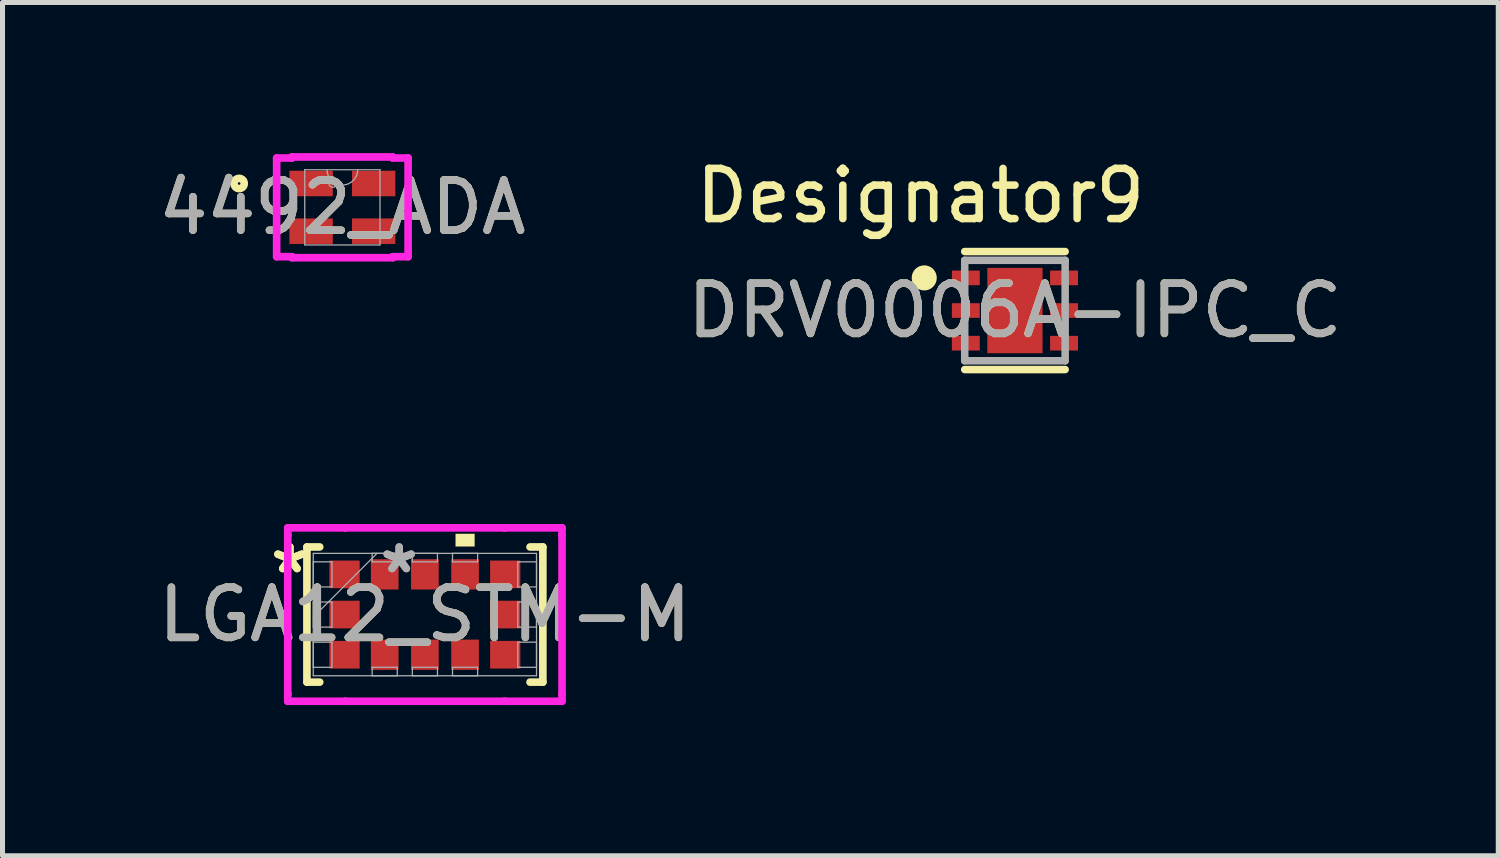
<source format=kicad_pcb>
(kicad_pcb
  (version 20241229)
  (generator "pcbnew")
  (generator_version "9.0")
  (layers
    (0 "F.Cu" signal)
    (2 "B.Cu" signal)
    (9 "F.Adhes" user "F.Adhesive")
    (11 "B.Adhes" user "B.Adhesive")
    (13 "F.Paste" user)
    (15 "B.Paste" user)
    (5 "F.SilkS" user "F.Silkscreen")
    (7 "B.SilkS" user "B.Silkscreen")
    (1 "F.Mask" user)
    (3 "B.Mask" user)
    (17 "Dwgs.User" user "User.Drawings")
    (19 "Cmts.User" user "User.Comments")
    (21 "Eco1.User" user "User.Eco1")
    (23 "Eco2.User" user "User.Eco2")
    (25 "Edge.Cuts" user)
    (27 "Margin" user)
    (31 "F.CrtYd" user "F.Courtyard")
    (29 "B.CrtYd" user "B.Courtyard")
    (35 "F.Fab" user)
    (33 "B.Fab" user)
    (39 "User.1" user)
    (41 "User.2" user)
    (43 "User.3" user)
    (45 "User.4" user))
  (footprint "4492_ADA"
    (layer "F.Cu")
    (at 3.768 1.079)
    (property "Reference" "4492_ADA" (at 0 0 0) (unlocked yes) (layer "F.SilkS") (effects (font (size 1 1) (thickness 0.15))))
    (attr smd)
    (fp_circle (center -2.056 -0.475) (end -1.954 -0.475) (stroke (width 0.152) (type solid)) (fill no) (layer "F.SilkS"))
    (fp_line (start -1.309 -0.983) (end -1.003 -0.983) (stroke (width 0.152) (type solid)) (layer "F.CrtYd"))
    (fp_line (start -1.309 0.983) (end -1.309 -0.983) (stroke (width 0.152) (type solid)) (layer "F.CrtYd"))
    (fp_line (start -1.309 0.983) (end -1.003 0.983) (stroke (width 0.152) (type solid)) (layer "F.CrtYd"))
    (fp_line (start -1.003 -1.003) (end 1.003 -1.003) (stroke (width 0.152) (type solid)) (layer "F.CrtYd"))
    (fp_line (start -1.003 -0.983) (end -1.003 -1.003) (stroke (width 0.152) (type solid)) (layer "F.CrtYd"))
    (fp_line (start -1.003 1.003) (end -1.003 0.983) (stroke (width 0.152) (type solid)) (layer "F.CrtYd"))
    (fp_line (start 1.003 -1.003) (end 1.003 -0.983) (stroke (width 0.152) (type solid)) (layer "F.CrtYd"))
    (fp_line (start 1.003 0.983) (end 1.003 1.003) (stroke (width 0.152) (type solid)) (layer "F.CrtYd"))
    (fp_line (start 1.003 1.003) (end -1.003 1.003) (stroke (width 0.152) (type solid)) (layer "F.CrtYd"))
    (fp_line (start 1.309 -0.983) (end 1.003 -0.983) (stroke (width 0.152) (type solid)) (layer "F.CrtYd"))
    (fp_line (start 1.309 -0.983) (end 1.309 0.983) (stroke (width 0.152) (type solid)) (layer "F.CrtYd"))
    (fp_line (start 1.309 0.983) (end 1.003 0.983) (stroke (width 0.152) (type solid)) (layer "F.CrtYd"))
    (fp_line (start -0.749 -0.749) (end -0.749 0.749) (stroke (width 0.025) (type solid)) (layer "F.Fab"))
    (fp_line (start -0.749 0.749) (end 0.749 0.749) (stroke (width 0.025) (type solid)) (layer "F.Fab"))
    (fp_line (start 0.749 -0.749) (end -0.749 -0.749) (stroke (width 0.025) (type solid)) (layer "F.Fab"))
    (fp_line (start 0.749 0.749) (end 0.749 -0.749) (stroke (width 0.025) (type solid)) (layer "F.Fab"))
    (fp_arc (start 0.3048 -0.7493) (mid 0 -0.4445) (end -0.3048 -0.7493) (stroke (width 0.0254) (type solid)) (layer "F.Fab"))
    (fp_circle (center -0.191 -0.475) (end -0.115 -0.475) (stroke (width 0.025) (type solid)) (fill no) (layer "F.Fab"))
    (fp_text user "${REFERENCE}" (at 0 0 0) (unlocked yes) (layer "F.Fab") (effects (font (size 1 1) (thickness 0.15))))
    (pad "1" smd rect (at -0.623 -0.475) (size 0.864 0.508) (layers "F.Cu" "F.Mask" "F.Paste"))
    (pad "2" smd rect (at -0.623 0.475) (size 0.864 0.508) (layers "F.Cu" "F.Mask" "F.Paste"))
    (pad "3" smd rect (at 0.623 0.475) (size 0.864 0.508) (layers "F.Cu" "F.Mask" "F.Paste"))
    (pad "4" smd rect (at 0.623 -0.475) (size 0.864 0.508) (layers "F.Cu" "F.Mask" "F.Paste")))
  (footprint "DRV0006A-IPC_C"
    (layer "F.Cu")
    (at 17.161 3.134)
    (property "Reference" "DRV0006A-IPC_C" (at 0 0 0) (unlocked yes) (layer "F.SilkS") (effects (font (size 1 1) (thickness 0.15))))
    (attr smd)
    (fp_line (start -1 -1.175) (end 1 -1.175) (stroke (width 0.15) (type solid)) (layer "F.SilkS"))
    (fp_line (start -1 1.175) (end 1 1.175) (stroke (width 0.15) (type solid)) (layer "F.SilkS"))
    (fp_circle (center -1.806 -0.65) (end -1.681 -0.65) (stroke (width 0.25) (type solid)) (fill no) (layer "F.SilkS"))
    (fp_poly (pts (xy -0.308 0.608) (xy 0.308 0.608) (xy 0.308 -0.608) (xy -0.308 -0.608)) (stroke (width 0) (type solid)) (fill yes) (layer "F.Paste"))
    (fp_line (start -1 -1) (end 1 -1) (stroke (width 0.15) (type solid)) (layer "F.Fab"))
    (fp_line (start -1 1) (end -1 -1) (stroke (width 0.15) (type solid)) (layer "F.Fab"))
    (fp_line (start -1 1) (end 1 1) (stroke (width 0.15) (type solid)) (layer "F.Fab"))
    (fp_line (start 1 1) (end 1 -1) (stroke (width 0.15) (type solid)) (layer "F.Fab"))
    (fp_text user "Designator9" (at -1.88 -2.286 0) (unlocked yes) (layer "F.SilkS") (effects (font (size 1 1) (thickness 0.15))))
    (fp_text user "${REFERENCE}" (at 0 0 0) (unlocked yes) (layer "F.Fab") (effects (font (size 1 1) (thickness 0.15))))
    (pad "1" smd rect (at -0.978 -0.65) (size 0.556 0.292) (layers "F.Cu" "F.Mask" "F.Paste"))
    (pad "2" smd rect (at -0.978 0) (size 0.556 0.292) (layers "F.Cu" "F.Mask" "F.Paste"))
    (pad "3" smd rect (at -0.978 0.65) (size 0.556 0.292) (layers "F.Cu" "F.Mask" "F.Paste"))
    (pad "4" smd rect (at 0.978 0.65) (size 0.556 0.292) (layers "F.Cu" "F.Mask" "F.Paste"))
    (pad "5" smd rect (at 0.978 0) (size 0.556 0.292) (layers "F.Cu" "F.Mask" "F.Paste"))
    (pad "6" smd rect (at 0.978 -0.65) (size 0.556 0.292) (layers "F.Cu" "F.Mask" "F.Paste"))
    (pad "7" smd rect (at 0 0) (size 1.1 1.7) (layers "F.Cu" "F.Mask")))
  (footprint "LGA12_STM-M"
    (layer "F.Cu")
    (at 5.411 9.188)
    (property "Reference" "LGA12_STM-M" (at 0 0 0) (unlocked yes) (layer "F.SilkS") (effects (font (size 1 1) (thickness 0.15))))
    (attr smd)
    (fp_line (start -2.349 -1.346) (end -2.349 1.346) (stroke (width 0.152) (type solid)) (layer "F.SilkS"))
    (fp_line (start -2.349 1.346) (end -2.094 1.346) (stroke (width 0.152) (type solid)) (layer "F.SilkS"))
    (fp_line (start -2.094 -1.346) (end -2.349 -1.346) (stroke (width 0.152) (type solid)) (layer "F.SilkS"))
    (fp_line (start 2.094 1.346) (end 2.349 1.346) (stroke (width 0.152) (type solid)) (layer "F.SilkS"))
    (fp_line (start 2.349 -1.346) (end 2.094 -1.346) (stroke (width 0.152) (type solid)) (layer "F.SilkS"))
    (fp_line (start 2.349 1.346) (end 2.349 -1.346) (stroke (width 0.152) (type solid)) (layer "F.SilkS"))
    (fp_poly (pts (xy 0.61 -1.355) (xy 0.61 -1.609) (xy 0.991 -1.609) (xy 0.991 -1.355)) (stroke (width 0) (type solid)) (fill yes) (layer "F.SilkS"))
    (fp_line (start -2.731 -1.727) (end -1.583 -1.727) (stroke (width 0.152) (type solid)) (layer "F.CrtYd"))
    (fp_line (start -2.731 -1.583) (end -2.731 -1.727) (stroke (width 0.152) (type solid)) (layer "F.CrtYd"))
    (fp_line (start -2.731 -1.583) (end -2.731 -1.583) (stroke (width 0.152) (type solid)) (layer "F.CrtYd"))
    (fp_line (start -2.731 1.583) (end -2.731 -1.583) (stroke (width 0.152) (type solid)) (layer "F.CrtYd"))
    (fp_line (start -2.731 1.583) (end -2.731 1.583) (stroke (width 0.152) (type solid)) (layer "F.CrtYd"))
    (fp_line (start -2.731 1.727) (end -2.731 1.583) (stroke (width 0.152) (type solid)) (layer "F.CrtYd"))
    (fp_line (start -1.583 -1.727) (end -1.583 -1.727) (stroke (width 0.152) (type solid)) (layer "F.CrtYd"))
    (fp_line (start -1.583 -1.727) (end 1.583 -1.727) (stroke (width 0.152) (type solid)) (layer "F.CrtYd"))
    (fp_line (start -1.583 1.727) (end -2.731 1.727) (stroke (width 0.152) (type solid)) (layer "F.CrtYd"))
    (fp_line (start -1.583 1.727) (end -1.583 1.727) (stroke (width 0.152) (type solid)) (layer "F.CrtYd"))
    (fp_line (start 1.583 -1.727) (end 1.583 -1.727) (stroke (width 0.152) (type solid)) (layer "F.CrtYd"))
    (fp_line (start 1.583 -1.727) (end 2.731 -1.727) (stroke (width 0.152) (type solid)) (layer "F.CrtYd"))
    (fp_line (start 1.583 1.727) (end -1.583 1.727) (stroke (width 0.152) (type solid)) (layer "F.CrtYd"))
    (fp_line (start 1.583 1.727) (end 1.583 1.727) (stroke (width 0.152) (type solid)) (layer "F.CrtYd"))
    (fp_line (start 2.731 -1.727) (end 2.731 -1.583) (stroke (width 0.152) (type solid)) (layer "F.CrtYd"))
    (fp_line (start 2.731 -1.583) (end 2.731 -1.583) (stroke (width 0.152) (type solid)) (layer "F.CrtYd"))
    (fp_line (start 2.731 -1.583) (end 2.731 1.583) (stroke (width 0.152) (type solid)) (layer "F.CrtYd"))
    (fp_line (start 2.731 1.583) (end 2.731 1.583) (stroke (width 0.152) (type solid)) (layer "F.CrtYd"))
    (fp_line (start 2.731 1.583) (end 2.731 1.727) (stroke (width 0.152) (type solid)) (layer "F.CrtYd"))
    (fp_line (start 2.731 1.727) (end 1.583 1.727) (stroke (width 0.152) (type solid)) (layer "F.CrtYd"))
    (fp_line (start -2.223 -1.219) (end -2.223 1.219) (stroke (width 0.025) (type solid)) (layer "F.Fab"))
    (fp_line (start -2.223 -1.05) (end -1.85 -1.05) (stroke (width 0.025) (type solid)) (layer "F.Fab"))
    (fp_line (start -2.223 -0.55) (end -2.223 -1.05) (stroke (width 0.025) (type solid)) (layer "F.Fab"))
    (fp_line (start -2.223 -0.25) (end -1.85 -0.25) (stroke (width 0.025) (type solid)) (layer "F.Fab"))
    (fp_line (start -2.223 0.051) (end -0.953 -1.219) (stroke (width 0.025) (type solid)) (layer "F.Fab"))
    (fp_line (start -2.223 0.25) (end -2.223 -0.25) (stroke (width 0.025) (type solid)) (layer "F.Fab"))
    (fp_line (start -2.223 0.55) (end -1.85 0.55) (stroke (width 0.025) (type solid)) (layer "F.Fab"))
    (fp_line (start -2.223 1.05) (end -2.223 0.55) (stroke (width 0.025) (type solid)) (layer "F.Fab"))
    (fp_line (start -2.223 1.219) (end 2.223 1.219) (stroke (width 0.025) (type solid)) (layer "F.Fab"))
    (fp_line (start -1.85 -1.05) (end -1.85 -0.55) (stroke (width 0.025) (type solid)) (layer "F.Fab"))
    (fp_line (start -1.85 -0.55) (end -2.223 -0.55) (stroke (width 0.025) (type solid)) (layer "F.Fab"))
    (fp_line (start -1.85 -0.25) (end -1.85 0.25) (stroke (width 0.025) (type solid)) (layer "F.Fab"))
    (fp_line (start -1.85 0.25) (end -2.223 0.25) (stroke (width 0.025) (type solid)) (layer "F.Fab"))
    (fp_line (start -1.85 0.55) (end -1.85 1.05) (stroke (width 0.025) (type solid)) (layer "F.Fab"))
    (fp_line (start -1.85 1.05) (end -2.223 1.05) (stroke (width 0.025) (type solid)) (layer "F.Fab"))
    (fp_line (start -1.05 -1.219) (end -0.55 -1.219) (stroke (width 0.025) (type solid)) (layer "F.Fab"))
    (fp_line (start -1.05 -1.05) (end -1.05 -1.219) (stroke (width 0.025) (type solid)) (layer "F.Fab"))
    (fp_line (start -1.05 1.05) (end -0.55 1.05) (stroke (width 0.025) (type solid)) (layer "F.Fab"))
    (fp_line (start -1.05 1.219) (end -1.05 1.05) (stroke (width 0.025) (type solid)) (layer "F.Fab"))
    (fp_line (start -0.55 -1.219) (end -0.55 -1.05) (stroke (width 0.025) (type solid)) (layer "F.Fab"))
    (fp_line (start -0.55 -1.05) (end -1.05 -1.05) (stroke (width 0.025) (type solid)) (layer "F.Fab"))
    (fp_line (start -0.55 1.05) (end -0.55 1.219) (stroke (width 0.025) (type solid)) (layer "F.Fab"))
    (fp_line (start -0.55 1.219) (end -1.05 1.219) (stroke (width 0.025) (type solid)) (layer "F.Fab"))
    (fp_line (start -0.25 -1.219) (end 0.25 -1.219) (stroke (width 0.025) (type solid)) (layer "F.Fab"))
    (fp_line (start -0.25 -1.05) (end -0.25 -1.219) (stroke (width 0.025) (type solid)) (layer "F.Fab"))
    (fp_line (start -0.25 1.05) (end 0.25 1.05) (stroke (width 0.025) (type solid)) (layer "F.Fab"))
    (fp_line (start -0.25 1.219) (end -0.25 1.05) (stroke (width 0.025) (type solid)) (layer "F.Fab"))
    (fp_line (start 0.25 -1.219) (end 0.25 -1.05) (stroke (width 0.025) (type solid)) (layer "F.Fab"))
    (fp_line (start 0.25 -1.05) (end -0.25 -1.05) (stroke (width 0.025) (type solid)) (layer "F.Fab"))
    (fp_line (start 0.25 1.05) (end 0.25 1.219) (stroke (width 0.025) (type solid)) (layer "F.Fab"))
    (fp_line (start 0.25 1.219) (end -0.25 1.219) (stroke (width 0.025) (type solid)) (layer "F.Fab"))
    (fp_line (start 0.55 -1.219) (end 1.05 -1.219) (stroke (width 0.025) (type solid)) (layer "F.Fab"))
    (fp_line (start 0.55 -1.05) (end 0.55 -1.219) (stroke (width 0.025) (type solid)) (layer "F.Fab"))
    (fp_line (start 0.55 1.05) (end 1.05 1.05) (stroke (width 0.025) (type solid)) (layer "F.Fab"))
    (fp_line (start 0.55 1.219) (end 0.55 1.05) (stroke (width 0.025) (type solid)) (layer "F.Fab"))
    (fp_line (start 1.05 -1.219) (end 1.05 -1.05) (stroke (width 0.025) (type solid)) (layer "F.Fab"))
    (fp_line (start 1.05 -1.05) (end 0.55 -1.05) (stroke (width 0.025) (type solid)) (layer "F.Fab"))
    (fp_line (start 1.05 1.05) (end 1.05 1.219) (stroke (width 0.025) (type solid)) (layer "F.Fab"))
    (fp_line (start 1.05 1.219) (end 0.55 1.219) (stroke (width 0.025) (type solid)) (layer "F.Fab"))
    (fp_line (start 1.85 -1.05) (end 2.223 -1.05) (stroke (width 0.025) (type solid)) (layer "F.Fab"))
    (fp_line (start 1.85 -0.55) (end 1.85 -1.05) (stroke (width 0.025) (type solid)) (layer "F.Fab"))
    (fp_line (start 1.85 -0.25) (end 2.223 -0.25) (stroke (width 0.025) (type solid)) (layer "F.Fab"))
    (fp_line (start 1.85 0.25) (end 1.85 -0.25) (stroke (width 0.025) (type solid)) (layer "F.Fab"))
    (fp_line (start 1.85 0.55) (end 2.223 0.55) (stroke (width 0.025) (type solid)) (layer "F.Fab"))
    (fp_line (start 1.85 1.05) (end 1.85 0.55) (stroke (width 0.025) (type solid)) (layer "F.Fab"))
    (fp_line (start 2.223 -1.219) (end -2.223 -1.219) (stroke (width 0.025) (type solid)) (layer "F.Fab"))
    (fp_line (start 2.223 -1.05) (end 2.223 -0.55) (stroke (width 0.025) (type solid)) (layer "F.Fab"))
    (fp_line (start 2.223 -0.55) (end 1.85 -0.55) (stroke (width 0.025) (type solid)) (layer "F.Fab"))
    (fp_line (start 2.223 -0.25) (end 2.223 0.25) (stroke (width 0.025) (type solid)) (layer "F.Fab"))
    (fp_line (start 2.223 0.25) (end 1.85 0.25) (stroke (width 0.025) (type solid)) (layer "F.Fab"))
    (fp_line (start 2.223 0.55) (end 2.223 1.05) (stroke (width 0.025) (type solid)) (layer "F.Fab"))
    (fp_line (start 2.223 1.05) (end 1.85 1.05) (stroke (width 0.025) (type solid)) (layer "F.Fab"))
    (fp_line (start 2.223 1.219) (end 2.223 -1.219) (stroke (width 0.025) (type solid)) (layer "F.Fab"))
    (fp_text user "*" (at -2.688 -0.8 0) (unlocked yes) (layer "F.SilkS") (effects (font (size 1 1) (thickness 0.15))))
    (fp_text user "*" (at -2.688 -0.8 0) (layer "F.SilkS") (effects (font (size 1 1) (thickness 0.15))))
    (fp_text user "${REFERENCE}" (at 0 0 0) (unlocked yes) (layer "F.Fab") (effects (font (size 1 1) (thickness 0.15))))
    (fp_text user "*" (at -0.512 -0.8 0) (unlocked yes) (layer "F.Fab") (effects (font (size 1 1) (thickness 0.15))))
    (fp_text user "*" (at -0.512 -0.8 0) (layer "F.Fab") (effects (font (size 1 1) (thickness 0.15))))
    (pad "1" smd rect (at -1.6 -0.8 90) (size 0.551 0.602) (layers "F.Cu" "F.Mask" "F.Paste"))
    (pad "2" smd rect (at -0.8 -0.8) (size 0.551 0.602) (layers "F.Cu" "F.Mask" "F.Paste"))
    (pad "3" smd rect (at 0 -0.8) (size 0.551 0.602) (layers "F.Cu" "F.Mask" "F.Paste"))
    (pad "4" smd rect (at 0.8 -0.8) (size 0.551 0.602) (layers "F.Cu" "F.Mask" "F.Paste"))
    (pad "5" smd rect (at 1.6 -0.8 90) (size 0.551 0.602) (layers "F.Cu" "F.Mask" "F.Paste"))
    (pad "6" smd rect (at 1.6 0 90) (size 0.551 0.602) (layers "F.Cu" "F.Mask" "F.Paste"))
    (pad "7" smd rect (at 1.6 0.8 90) (size 0.551 0.602) (layers "F.Cu" "F.Mask" "F.Paste"))
    (pad "8" smd rect (at 0.8 0.8) (size 0.551 0.602) (layers "F.Cu" "F.Mask" "F.Paste"))
    (pad "9" smd rect (at 0 0.8) (size 0.551 0.602) (layers "F.Cu" "F.Mask" "F.Paste"))
    (pad "10" smd rect (at -0.8 0.8) (size 0.551 0.602) (layers "F.Cu" "F.Mask" "F.Paste"))
    (pad "11" smd rect (at -1.6 0.8 90) (size 0.551 0.602) (layers "F.Cu" "F.Mask" "F.Paste"))
    (pad "12" smd rect (at -1.6 0 90) (size 0.551 0.602) (layers "F.Cu" "F.Mask" "F.Paste")))
  (gr_rect
    (start -3 -3)
    (end 26.786 13.991)
    (stroke (width 0.1) (type default))
    (fill no)
    (layer "Edge.Cuts")))
</source>
